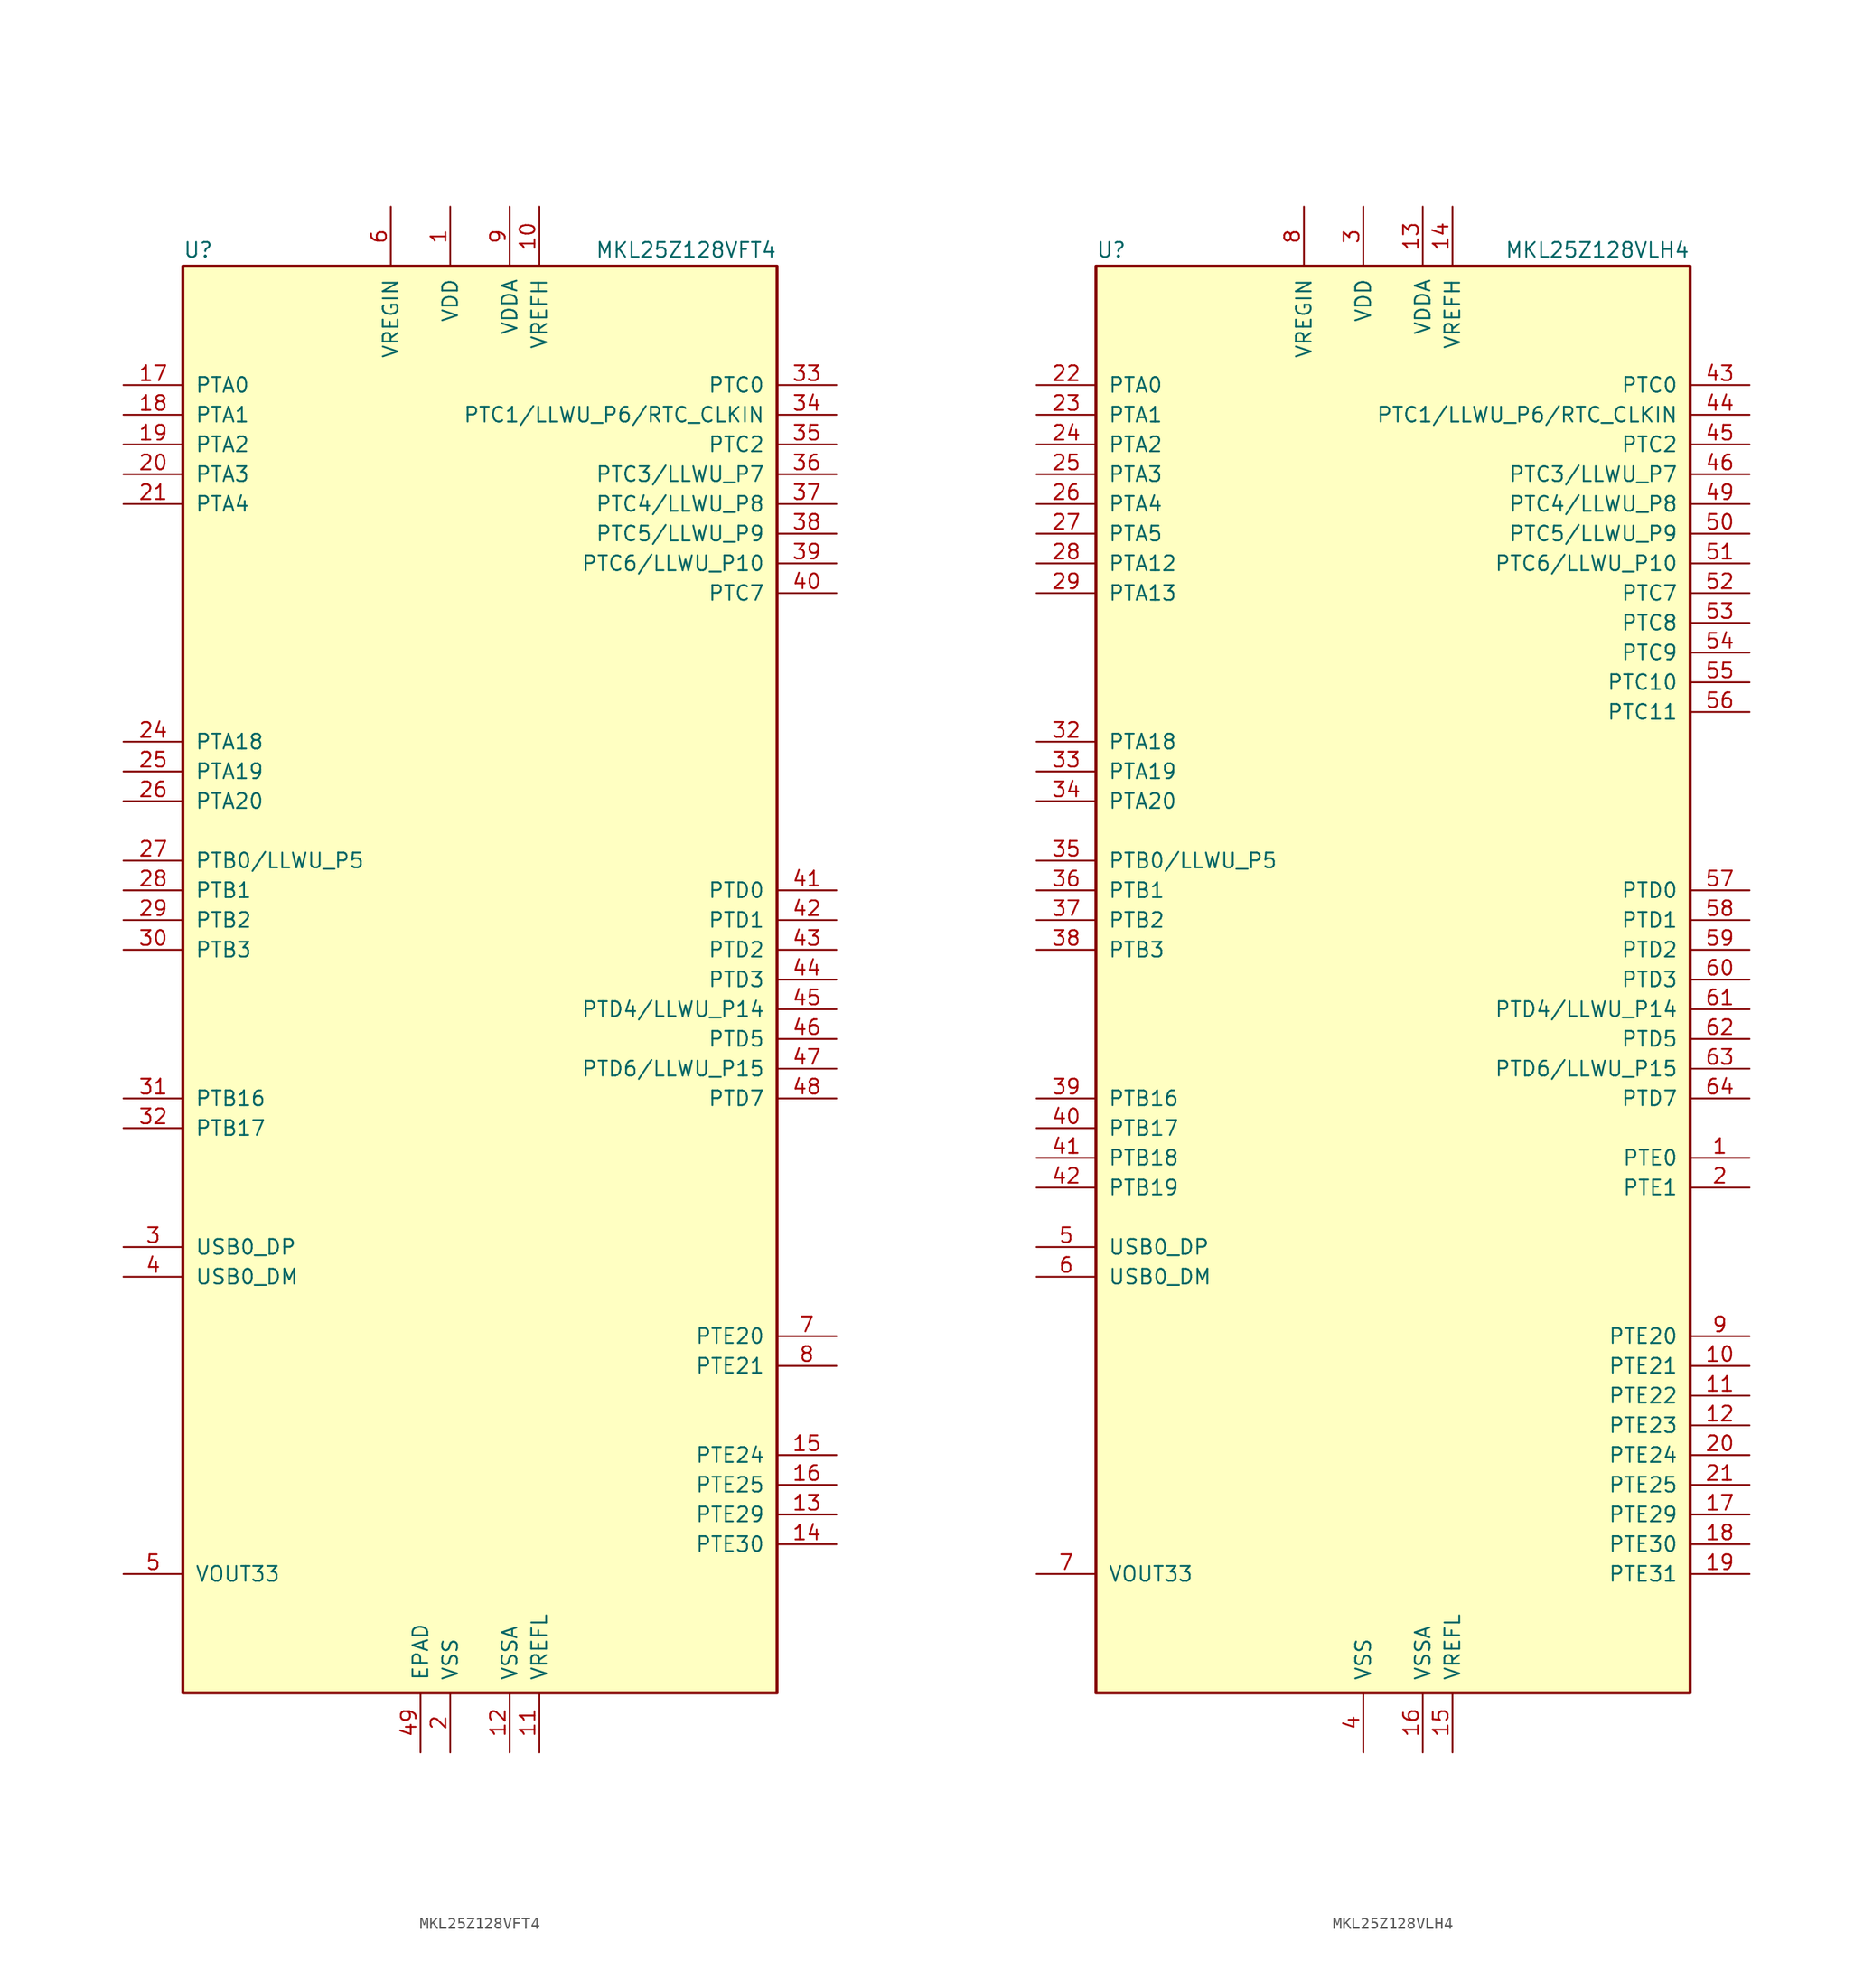
<source format=kicad_sym>
(kicad_symbol_lib
  (version 20241209)
  (generator "kicad_symbol_editor")
  (generator_version "9.0")
  (symbol "MKL25Z128VFT4"
    (pin_names
      (offset 1.016))
    (property "Reference" "U"
      (at -25.4 61.595 0)
      (effects (font (size 1.27 1.27)) (justify left bottom)))
    (property "Value" "MKL25Z128VFT4"
      (at 25.4 61.595 0)
      (effects (font (size 1.27 1.27)) (justify right bottom)))
    (symbol "MKL25Z128VFT4_0_1"
      (rectangle (start -25.4 60.96) (end 25.4 -60.96) (stroke (width 0.254) (type default)) (fill (type background))))
    (symbol "MKL25Z128VFT4_1_1"
      (pin bidirectional line (at -30.48 50.8 0) (length 5.08) (name "PTA0" (effects (font (size 1.27 1.27)))) (number "17" (effects (font (size 1.27 1.27)))))
      (pin bidirectional line (at -30.48 48.26 0) (length 5.08) (name "PTA1" (effects (font (size 1.27 1.27)))) (number "18" (effects (font (size 1.27 1.27)))))
      (pin bidirectional line (at -30.48 45.72 0) (length 5.08) (name "PTA2" (effects (font (size 1.27 1.27)))) (number "19" (effects (font (size 1.27 1.27)))))
      (pin bidirectional line (at -30.48 43.18 0) (length 5.08) (name "PTA3" (effects (font (size 1.27 1.27)))) (number "20" (effects (font (size 1.27 1.27)))))
      (pin bidirectional line (at -30.48 40.64 0) (length 5.08) (name "PTA4" (effects (font (size 1.27 1.27)))) (number "21" (effects (font (size 1.27 1.27)))))
      (pin bidirectional line (at -30.48 20.32 0) (length 5.08) (name "PTA18" (effects (font (size 1.27 1.27)))) (number "24" (effects (font (size 1.27 1.27)))))
      (pin bidirectional line (at -30.48 17.78 0) (length 5.08) (name "PTA19" (effects (font (size 1.27 1.27)))) (number "25" (effects (font (size 1.27 1.27)))))
      (pin bidirectional line (at -30.48 15.24 0) (length 5.08) (name "PTA20" (effects (font (size 1.27 1.27)))) (number "26" (effects (font (size 1.27 1.27)))))
      (pin bidirectional line (at -30.48 10.16 0) (length 5.08) (name "PTB0/LLWU_P5" (effects (font (size 1.27 1.27)))) (number "27" (effects (font (size 1.27 1.27)))))
      (pin bidirectional line (at -30.48 7.62 0) (length 5.08) (name "PTB1" (effects (font (size 1.27 1.27)))) (number "28" (effects (font (size 1.27 1.27)))))
      (pin bidirectional line (at -30.48 5.08 0) (length 5.08) (name "PTB2" (effects (font (size 1.27 1.27)))) (number "29" (effects (font (size 1.27 1.27)))))
      (pin bidirectional line (at -30.48 2.54 0) (length 5.08) (name "PTB3" (effects (font (size 1.27 1.27)))) (number "30" (effects (font (size 1.27 1.27)))))
      (pin bidirectional line (at -30.48 -10.16 0) (length 5.08) (name "PTB16" (effects (font (size 1.27 1.27)))) (number "31" (effects (font (size 1.27 1.27)))))
      (pin bidirectional line (at -30.48 -12.7 0) (length 5.08) (name "PTB17" (effects (font (size 1.27 1.27)))) (number "32" (effects (font (size 1.27 1.27)))))
      (pin bidirectional line (at -30.48 -22.86 0) (length 5.08) (name "USB0_DP" (effects (font (size 1.27 1.27)))) (number "3" (effects (font (size 1.27 1.27)))))
      (pin bidirectional line (at -30.48 -25.4 0) (length 5.08) (name "USB0_DM" (effects (font (size 1.27 1.27)))) (number "4" (effects (font (size 1.27 1.27)))))
      (pin power_out line (at -30.48 -50.8 0) (length 5.08) (name "VOUT33" (effects (font (size 1.27 1.27)))) (number "5" (effects (font (size 1.27 1.27)))))
      (pin power_in line (at -7.62 66.04 270) (length 5.08) (name "VREGIN" (effects (font (size 1.27 1.27)))) (number "6" (effects (font (size 1.27 1.27)))))
      (pin power_in line (at -5.08 -66.04 90) (length 5.08) (name "EPAD" (effects (font (size 1.27 1.27)))) (number "49" (effects (font (size 1.27 1.27)))))
      (pin power_in line (at -2.54 66.04 270) (length 5.08) (name "VDD" (effects (font (size 1.27 1.27)))) (number "1" (effects (font (size 1.27 1.27)))))
      (pin passive line (at -2.54 66.04 270) (length 5.08) (hide yes) (name "VDD" (effects (font (size 1.27 1.27)))) (number "22" (effects (font (size 1.27 1.27)))))
      (pin power_in line (at -2.54 -66.04 90) (length 5.08) (name "VSS" (effects (font (size 1.27 1.27)))) (number "2" (effects (font (size 1.27 1.27)))))
      (pin passive line (at -2.54 -66.04 90) (length 5.08) (hide yes) (name "VSS" (effects (font (size 1.27 1.27)))) (number "23" (effects (font (size 1.27 1.27)))))
      (pin power_in line (at 2.54 66.04 270) (length 5.08) (name "VDDA" (effects (font (size 1.27 1.27)))) (number "9" (effects (font (size 1.27 1.27)))))
      (pin power_in line (at 2.54 -66.04 90) (length 5.08) (name "VSSA" (effects (font (size 1.27 1.27)))) (number "12" (effects (font (size 1.27 1.27)))))
      (pin power_in line (at 5.08 66.04 270) (length 5.08) (name "VREFH" (effects (font (size 1.27 1.27)))) (number "10" (effects (font (size 1.27 1.27)))))
      (pin power_in line (at 5.08 -66.04 90) (length 5.08) (name "VREFL" (effects (font (size 1.27 1.27)))) (number "11" (effects (font (size 1.27 1.27)))))
      (pin bidirectional line (at 30.48 50.8 180) (length 5.08) (name "PTC0" (effects (font (size 1.27 1.27)))) (number "33" (effects (font (size 1.27 1.27)))))
      (pin bidirectional line (at 30.48 48.26 180) (length 5.08) (name "PTC1/LLWU_P6/RTC_CLKIN" (effects (font (size 1.27 1.27)))) (number "34" (effects (font (size 1.27 1.27)))))
      (pin bidirectional line (at 30.48 45.72 180) (length 5.08) (name "PTC2" (effects (font (size 1.27 1.27)))) (number "35" (effects (font (size 1.27 1.27)))))
      (pin bidirectional line (at 30.48 43.18 180) (length 5.08) (name "PTC3/LLWU_P7" (effects (font (size 1.27 1.27)))) (number "36" (effects (font (size 1.27 1.27)))))
      (pin bidirectional line (at 30.48 40.64 180) (length 5.08) (name "PTC4/LLWU_P8" (effects (font (size 1.27 1.27)))) (number "37" (effects (font (size 1.27 1.27)))))
      (pin bidirectional line (at 30.48 38.1 180) (length 5.08) (name "PTC5/LLWU_P9" (effects (font (size 1.27 1.27)))) (number "38" (effects (font (size 1.27 1.27)))))
      (pin bidirectional line (at 30.48 35.56 180) (length 5.08) (name "PTC6/LLWU_P10" (effects (font (size 1.27 1.27)))) (number "39" (effects (font (size 1.27 1.27)))))
      (pin bidirectional line (at 30.48 33.02 180) (length 5.08) (name "PTC7" (effects (font (size 1.27 1.27)))) (number "40" (effects (font (size 1.27 1.27)))))
      (pin bidirectional line (at 30.48 7.62 180) (length 5.08) (name "PTD0" (effects (font (size 1.27 1.27)))) (number "41" (effects (font (size 1.27 1.27)))))
      (pin bidirectional line (at 30.48 5.08 180) (length 5.08) (name "PTD1" (effects (font (size 1.27 1.27)))) (number "42" (effects (font (size 1.27 1.27)))))
      (pin bidirectional line (at 30.48 2.54 180) (length 5.08) (name "PTD2" (effects (font (size 1.27 1.27)))) (number "43" (effects (font (size 1.27 1.27)))))
      (pin bidirectional line (at 30.48 0 180) (length 5.08) (name "PTD3" (effects (font (size 1.27 1.27)))) (number "44" (effects (font (size 1.27 1.27)))))
      (pin bidirectional line (at 30.48 -2.54 180) (length 5.08) (name "PTD4/LLWU_P14" (effects (font (size 1.27 1.27)))) (number "45" (effects (font (size 1.27 1.27)))))
      (pin bidirectional line (at 30.48 -5.08 180) (length 5.08) (name "PTD5" (effects (font (size 1.27 1.27)))) (number "46" (effects (font (size 1.27 1.27)))))
      (pin bidirectional line (at 30.48 -7.62 180) (length 5.08) (name "PTD6/LLWU_P15" (effects (font (size 1.27 1.27)))) (number "47" (effects (font (size 1.27 1.27)))))
      (pin bidirectional line (at 30.48 -10.16 180) (length 5.08) (name "PTD7" (effects (font (size 1.27 1.27)))) (number "48" (effects (font (size 1.27 1.27)))))
      (pin bidirectional line (at 30.48 -30.48 180) (length 5.08) (name "PTE20" (effects (font (size 1.27 1.27)))) (number "7" (effects (font (size 1.27 1.27)))))
      (pin bidirectional line (at 30.48 -33.02 180) (length 5.08) (name "PTE21" (effects (font (size 1.27 1.27)))) (number "8" (effects (font (size 1.27 1.27)))))
      (pin bidirectional line (at 30.48 -40.64 180) (length 5.08) (name "PTE24" (effects (font (size 1.27 1.27)))) (number "15" (effects (font (size 1.27 1.27)))))
      (pin bidirectional line (at 30.48 -43.18 180) (length 5.08) (name "PTE25" (effects (font (size 1.27 1.27)))) (number "16" (effects (font (size 1.27 1.27)))))
      (pin bidirectional line (at 30.48 -45.72 180) (length 5.08) (name "PTE29" (effects (font (size 1.27 1.27)))) (number "13" (effects (font (size 1.27 1.27)))))
      (pin bidirectional line (at 30.48 -48.26 180) (length 5.08) (name "PTE30" (effects (font (size 1.27 1.27)))) (number "14" (effects (font (size 1.27 1.27)))))))
  (symbol "MKL25Z128VLH4"
    (pin_names
      (offset 1.016))
    (property "Reference" "U"
      (at -25.4 61.595 0)
      (effects (font (size 1.27 1.27)) (justify left bottom)))
    (property "Value" "MKL25Z128VLH4"
      (at 25.4 61.595 0)
      (effects (font (size 1.27 1.27)) (justify right bottom)))
    (symbol "MKL25Z128VLH4_0_1"
      (rectangle (start -25.4 60.96) (end 25.4 -60.96) (stroke (width 0.254) (type default)) (fill (type background))))
    (symbol "MKL25Z128VLH4_1_1"
      (pin bidirectional line (at -30.48 50.8 0) (length 5.08) (name "PTA0" (effects (font (size 1.27 1.27)))) (number "22" (effects (font (size 1.27 1.27)))))
      (pin bidirectional line (at -30.48 48.26 0) (length 5.08) (name "PTA1" (effects (font (size 1.27 1.27)))) (number "23" (effects (font (size 1.27 1.27)))))
      (pin bidirectional line (at -30.48 45.72 0) (length 5.08) (name "PTA2" (effects (font (size 1.27 1.27)))) (number "24" (effects (font (size 1.27 1.27)))))
      (pin bidirectional line (at -30.48 43.18 0) (length 5.08) (name "PTA3" (effects (font (size 1.27 1.27)))) (number "25" (effects (font (size 1.27 1.27)))))
      (pin bidirectional line (at -30.48 40.64 0) (length 5.08) (name "PTA4" (effects (font (size 1.27 1.27)))) (number "26" (effects (font (size 1.27 1.27)))))
      (pin bidirectional line (at -30.48 38.1 0) (length 5.08) (name "PTA5" (effects (font (size 1.27 1.27)))) (number "27" (effects (font (size 1.27 1.27)))))
      (pin bidirectional line (at -30.48 35.56 0) (length 5.08) (name "PTA12" (effects (font (size 1.27 1.27)))) (number "28" (effects (font (size 1.27 1.27)))))
      (pin bidirectional line (at -30.48 33.02 0) (length 5.08) (name "PTA13" (effects (font (size 1.27 1.27)))) (number "29" (effects (font (size 1.27 1.27)))))
      (pin bidirectional line (at -30.48 20.32 0) (length 5.08) (name "PTA18" (effects (font (size 1.27 1.27)))) (number "32" (effects (font (size 1.27 1.27)))))
      (pin bidirectional line (at -30.48 17.78 0) (length 5.08) (name "PTA19" (effects (font (size 1.27 1.27)))) (number "33" (effects (font (size 1.27 1.27)))))
      (pin bidirectional line (at -30.48 15.24 0) (length 5.08) (name "PTA20" (effects (font (size 1.27 1.27)))) (number "34" (effects (font (size 1.27 1.27)))))
      (pin bidirectional line (at -30.48 10.16 0) (length 5.08) (name "PTB0/LLWU_P5" (effects (font (size 1.27 1.27)))) (number "35" (effects (font (size 1.27 1.27)))))
      (pin bidirectional line (at -30.48 7.62 0) (length 5.08) (name "PTB1" (effects (font (size 1.27 1.27)))) (number "36" (effects (font (size 1.27 1.27)))))
      (pin bidirectional line (at -30.48 5.08 0) (length 5.08) (name "PTB2" (effects (font (size 1.27 1.27)))) (number "37" (effects (font (size 1.27 1.27)))))
      (pin bidirectional line (at -30.48 2.54 0) (length 5.08) (name "PTB3" (effects (font (size 1.27 1.27)))) (number "38" (effects (font (size 1.27 1.27)))))
      (pin bidirectional line (at -30.48 -10.16 0) (length 5.08) (name "PTB16" (effects (font (size 1.27 1.27)))) (number "39" (effects (font (size 1.27 1.27)))))
      (pin bidirectional line (at -30.48 -12.7 0) (length 5.08) (name "PTB17" (effects (font (size 1.27 1.27)))) (number "40" (effects (font (size 1.27 1.27)))))
      (pin bidirectional line (at -30.48 -15.24 0) (length 5.08) (name "PTB18" (effects (font (size 1.27 1.27)))) (number "41" (effects (font (size 1.27 1.27)))))
      (pin bidirectional line (at -30.48 -17.78 0) (length 5.08) (name "PTB19" (effects (font (size 1.27 1.27)))) (number "42" (effects (font (size 1.27 1.27)))))
      (pin bidirectional line (at -30.48 -22.86 0) (length 5.08) (name "USB0_DP" (effects (font (size 1.27 1.27)))) (number "5" (effects (font (size 1.27 1.27)))))
      (pin bidirectional line (at -30.48 -25.4 0) (length 5.08) (name "USB0_DM" (effects (font (size 1.27 1.27)))) (number "6" (effects (font (size 1.27 1.27)))))
      (pin power_out line (at -30.48 -50.8 0) (length 5.08) (name "VOUT33" (effects (font (size 1.27 1.27)))) (number "7" (effects (font (size 1.27 1.27)))))
      (pin power_in line (at -7.62 66.04 270) (length 5.08) (name "VREGIN" (effects (font (size 1.27 1.27)))) (number "8" (effects (font (size 1.27 1.27)))))
      (pin power_in line (at -2.54 66.04 270) (length 5.08) (name "VDD" (effects (font (size 1.27 1.27)))) (number "3" (effects (font (size 1.27 1.27)))))
      (pin passive line (at -2.54 66.04 270) (length 5.08) (hide yes) (name "VDD" (effects (font (size 1.27 1.27)))) (number "30" (effects (font (size 1.27 1.27)))))
      (pin passive line (at -2.54 66.04 270) (length 5.08) (hide yes) (name "VDD" (effects (font (size 1.27 1.27)))) (number "48" (effects (font (size 1.27 1.27)))))
      (pin passive line (at -2.54 -66.04 90) (length 5.08) (hide yes) (name "VSS" (effects (font (size 1.27 1.27)))) (number "31" (effects (font (size 1.27 1.27)))))
      (pin power_in line (at -2.54 -66.04 90) (length 5.08) (name "VSS" (effects (font (size 1.27 1.27)))) (number "4" (effects (font (size 1.27 1.27)))))
      (pin passive line (at -2.54 -66.04 90) (length 5.08) (hide yes) (name "VSS" (effects (font (size 1.27 1.27)))) (number "47" (effects (font (size 1.27 1.27)))))
      (pin power_in line (at 2.54 66.04 270) (length 5.08) (name "VDDA" (effects (font (size 1.27 1.27)))) (number "13" (effects (font (size 1.27 1.27)))))
      (pin power_in line (at 2.54 -66.04 90) (length 5.08) (name "VSSA" (effects (font (size 1.27 1.27)))) (number "16" (effects (font (size 1.27 1.27)))))
      (pin power_in line (at 5.08 66.04 270) (length 5.08) (name "VREFH" (effects (font (size 1.27 1.27)))) (number "14" (effects (font (size 1.27 1.27)))))
      (pin power_in line (at 5.08 -66.04 90) (length 5.08) (name "VREFL" (effects (font (size 1.27 1.27)))) (number "15" (effects (font (size 1.27 1.27)))))
      (pin bidirectional line (at 30.48 50.8 180) (length 5.08) (name "PTC0" (effects (font (size 1.27 1.27)))) (number "43" (effects (font (size 1.27 1.27)))))
      (pin bidirectional line (at 30.48 48.26 180) (length 5.08) (name "PTC1/LLWU_P6/RTC_CLKIN" (effects (font (size 1.27 1.27)))) (number "44" (effects (font (size 1.27 1.27)))))
      (pin bidirectional line (at 30.48 45.72 180) (length 5.08) (name "PTC2" (effects (font (size 1.27 1.27)))) (number "45" (effects (font (size 1.27 1.27)))))
      (pin bidirectional line (at 30.48 43.18 180) (length 5.08) (name "PTC3/LLWU_P7" (effects (font (size 1.27 1.27)))) (number "46" (effects (font (size 1.27 1.27)))))
      (pin bidirectional line (at 30.48 40.64 180) (length 5.08) (name "PTC4/LLWU_P8" (effects (font (size 1.27 1.27)))) (number "49" (effects (font (size 1.27 1.27)))))
      (pin bidirectional line (at 30.48 38.1 180) (length 5.08) (name "PTC5/LLWU_P9" (effects (font (size 1.27 1.27)))) (number "50" (effects (font (size 1.27 1.27)))))
      (pin bidirectional line (at 30.48 35.56 180) (length 5.08) (name "PTC6/LLWU_P10" (effects (font (size 1.27 1.27)))) (number "51" (effects (font (size 1.27 1.27)))))
      (pin bidirectional line (at 30.48 33.02 180) (length 5.08) (name "PTC7" (effects (font (size 1.27 1.27)))) (number "52" (effects (font (size 1.27 1.27)))))
      (pin bidirectional line (at 30.48 30.48 180) (length 5.08) (name "PTC8" (effects (font (size 1.27 1.27)))) (number "53" (effects (font (size 1.27 1.27)))))
      (pin bidirectional line (at 30.48 27.94 180) (length 5.08) (name "PTC9" (effects (font (size 1.27 1.27)))) (number "54" (effects (font (size 1.27 1.27)))))
      (pin bidirectional line (at 30.48 25.4 180) (length 5.08) (name "PTC10" (effects (font (size 1.27 1.27)))) (number "55" (effects (font (size 1.27 1.27)))))
      (pin bidirectional line (at 30.48 22.86 180) (length 5.08) (name "PTC11" (effects (font (size 1.27 1.27)))) (number "56" (effects (font (size 1.27 1.27)))))
      (pin bidirectional line (at 30.48 7.62 180) (length 5.08) (name "PTD0" (effects (font (size 1.27 1.27)))) (number "57" (effects (font (size 1.27 1.27)))))
      (pin bidirectional line (at 30.48 5.08 180) (length 5.08) (name "PTD1" (effects (font (size 1.27 1.27)))) (number "58" (effects (font (size 1.27 1.27)))))
      (pin bidirectional line (at 30.48 2.54 180) (length 5.08) (name "PTD2" (effects (font (size 1.27 1.27)))) (number "59" (effects (font (size 1.27 1.27)))))
      (pin bidirectional line (at 30.48 0 180) (length 5.08) (name "PTD3" (effects (font (size 1.27 1.27)))) (number "60" (effects (font (size 1.27 1.27)))))
      (pin bidirectional line (at 30.48 -2.54 180) (length 5.08) (name "PTD4/LLWU_P14" (effects (font (size 1.27 1.27)))) (number "61" (effects (font (size 1.27 1.27)))))
      (pin bidirectional line (at 30.48 -5.08 180) (length 5.08) (name "PTD5" (effects (font (size 1.27 1.27)))) (number "62" (effects (font (size 1.27 1.27)))))
      (pin bidirectional line (at 30.48 -7.62 180) (length 5.08) (name "PTD6/LLWU_P15" (effects (font (size 1.27 1.27)))) (number "63" (effects (font (size 1.27 1.27)))))
      (pin bidirectional line (at 30.48 -10.16 180) (length 5.08) (name "PTD7" (effects (font (size 1.27 1.27)))) (number "64" (effects (font (size 1.27 1.27)))))
      (pin bidirectional line (at 30.48 -15.24 180) (length 5.08) (name "PTE0" (effects (font (size 1.27 1.27)))) (number "1" (effects (font (size 1.27 1.27)))))
      (pin bidirectional line (at 30.48 -17.78 180) (length 5.08) (name "PTE1" (effects (font (size 1.27 1.27)))) (number "2" (effects (font (size 1.27 1.27)))))
      (pin bidirectional line (at 30.48 -30.48 180) (length 5.08) (name "PTE20" (effects (font (size 1.27 1.27)))) (number "9" (effects (font (size 1.27 1.27)))))
      (pin bidirectional line (at 30.48 -33.02 180) (length 5.08) (name "PTE21" (effects (font (size 1.27 1.27)))) (number "10" (effects (font (size 1.27 1.27)))))
      (pin bidirectional line (at 30.48 -35.56 180) (length 5.08) (name "PTE22" (effects (font (size 1.27 1.27)))) (number "11" (effects (font (size 1.27 1.27)))))
      (pin bidirectional line (at 30.48 -38.1 180) (length 5.08) (name "PTE23" (effects (font (size 1.27 1.27)))) (number "12" (effects (font (size 1.27 1.27)))))
      (pin bidirectional line (at 30.48 -40.64 180) (length 5.08) (name "PTE24" (effects (font (size 1.27 1.27)))) (number "20" (effects (font (size 1.27 1.27)))))
      (pin bidirectional line (at 30.48 -43.18 180) (length 5.08) (name "PTE25" (effects (font (size 1.27 1.27)))) (number "21" (effects (font (size 1.27 1.27)))))
      (pin bidirectional line (at 30.48 -45.72 180) (length 5.08) (name "PTE29" (effects (font (size 1.27 1.27)))) (number "17" (effects (font (size 1.27 1.27)))))
      (pin bidirectional line (at 30.48 -48.26 180) (length 5.08) (name "PTE30" (effects (font (size 1.27 1.27)))) (number "18" (effects (font (size 1.27 1.27)))))
      (pin bidirectional line (at 30.48 -50.8 180) (length 5.08) (name "PTE31" (effects (font (size 1.27 1.27)))) (number "19" (effects (font (size 1.27 1.27))))))))
</source>
